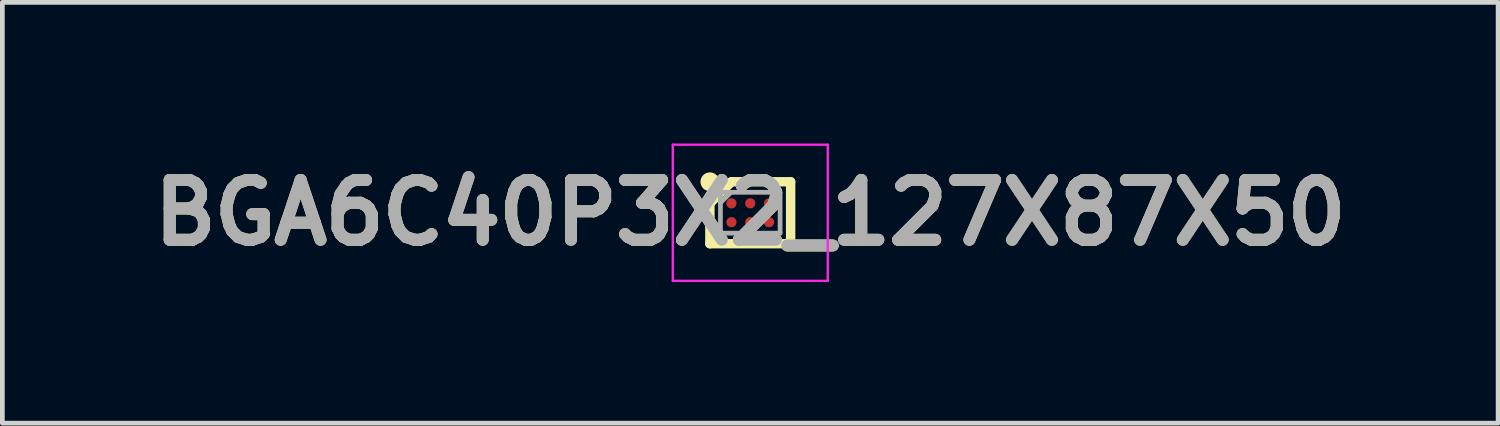
<source format=kicad_pcb>
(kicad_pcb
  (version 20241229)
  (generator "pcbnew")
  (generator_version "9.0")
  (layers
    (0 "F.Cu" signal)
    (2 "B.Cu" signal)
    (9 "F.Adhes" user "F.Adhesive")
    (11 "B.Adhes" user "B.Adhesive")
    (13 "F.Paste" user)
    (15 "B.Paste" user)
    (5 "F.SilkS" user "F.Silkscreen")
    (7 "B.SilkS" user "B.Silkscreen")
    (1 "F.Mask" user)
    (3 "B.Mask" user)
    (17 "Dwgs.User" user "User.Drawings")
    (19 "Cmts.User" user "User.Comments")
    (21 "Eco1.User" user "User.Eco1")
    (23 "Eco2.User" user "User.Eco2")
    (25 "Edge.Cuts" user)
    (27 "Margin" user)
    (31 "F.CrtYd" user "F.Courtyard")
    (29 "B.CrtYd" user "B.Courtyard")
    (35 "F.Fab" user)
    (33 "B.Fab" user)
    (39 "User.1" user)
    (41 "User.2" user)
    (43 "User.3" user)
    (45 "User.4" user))
  (footprint "BGA6C40P3X2_127X87X50"
    (layer "F.Cu")
    (at 12.894 1.471)
    (property "Reference" "BGA6C40P3X2_127X87X50" (at 0 0 0) (layer "F.SilkS") (effects (font (size 1.27 1.27) (thickness 0.254))))
    (attr smd)
    (fp_line (start -0.858 -0.2) (end -0.4 -0.658) (stroke (width 0.2) (type solid)) (layer "F.SilkS"))
    (fp_line (start -0.858 0.658) (end -0.858 -0.2) (stroke (width 0.2) (type solid)) (layer "F.SilkS"))
    (fp_line (start -0.4 -0.658) (end 0.858 -0.658) (stroke (width 0.2) (type solid)) (layer "F.SilkS"))
    (fp_line (start 0.858 -0.658) (end 0.858 0.658) (stroke (width 0.2) (type solid)) (layer "F.SilkS"))
    (fp_line (start 0.858 0.658) (end -0.858 0.658) (stroke (width 0.2) (type solid)) (layer "F.SilkS"))
    (fp_circle (center -0.858 -0.658) (end -0.858 -0.558) (stroke (width 0.2) (type solid)) (fill no) (layer "F.SilkS"))
    (fp_line (start -1.646 -1.446) (end 1.647 -1.446) (stroke (width 0.05) (type solid)) (layer "F.CrtYd"))
    (fp_line (start -1.646 1.447) (end -1.646 -1.446) (stroke (width 0.05) (type solid)) (layer "F.CrtYd"))
    (fp_line (start 1.647 -1.446) (end 1.647 1.447) (stroke (width 0.05) (type solid)) (layer "F.CrtYd"))
    (fp_line (start 1.647 1.447) (end -1.646 1.447) (stroke (width 0.05) (type solid)) (layer "F.CrtYd"))
    (fp_line (start -0.634 -0.434) (end 0.634 -0.434) (stroke (width 0.1) (type solid)) (layer "F.Fab"))
    (fp_line (start -0.634 -0.211) (end -0.411 -0.434) (stroke (width 0.1) (type solid)) (layer "F.Fab"))
    (fp_line (start -0.634 0.434) (end -0.634 -0.434) (stroke (width 0.1) (type solid)) (layer "F.Fab"))
    (fp_line (start 0.634 -0.434) (end 0.634 0.434) (stroke (width 0.1) (type solid)) (layer "F.Fab"))
    (fp_line (start 0.634 0.434) (end -0.634 0.434) (stroke (width 0.1) (type solid)) (layer "F.Fab"))
    (fp_text user "${REFERENCE}" (at 0 0 0) (layer "F.Fab") (effects (font (size 1.27 1.27) (thickness 0.254))))
    (pad "A1" smd circle (at -0.4 -0.2 90) (size 0.216 0.216) (layers "F.Cu" "F.Mask" "F.Paste"))
    (pad "A2" smd circle (at 0 -0.2 90) (size 0.216 0.216) (layers "F.Cu" "F.Mask" "F.Paste"))
    (pad "A3" smd circle (at 0.4 -0.2 90) (size 0.216 0.216) (layers "F.Cu" "F.Mask" "F.Paste"))
    (pad "B1" smd circle (at -0.4 0.2 90) (size 0.216 0.216) (layers "F.Cu" "F.Mask" "F.Paste"))
    (pad "B2" smd circle (at 0 0.2 90) (size 0.216 0.216) (layers "F.Cu" "F.Mask" "F.Paste"))
    (pad "B3" smd circle (at 0.4 0.2 90) (size 0.216 0.216) (layers "F.Cu" "F.Mask" "F.Paste")))
  (gr_rect
    (start -3 -3)
    (end 28.787 5.943)
    (stroke (width 0.1) (type default))
    (fill no)
    (layer "Edge.Cuts")))
</source>
